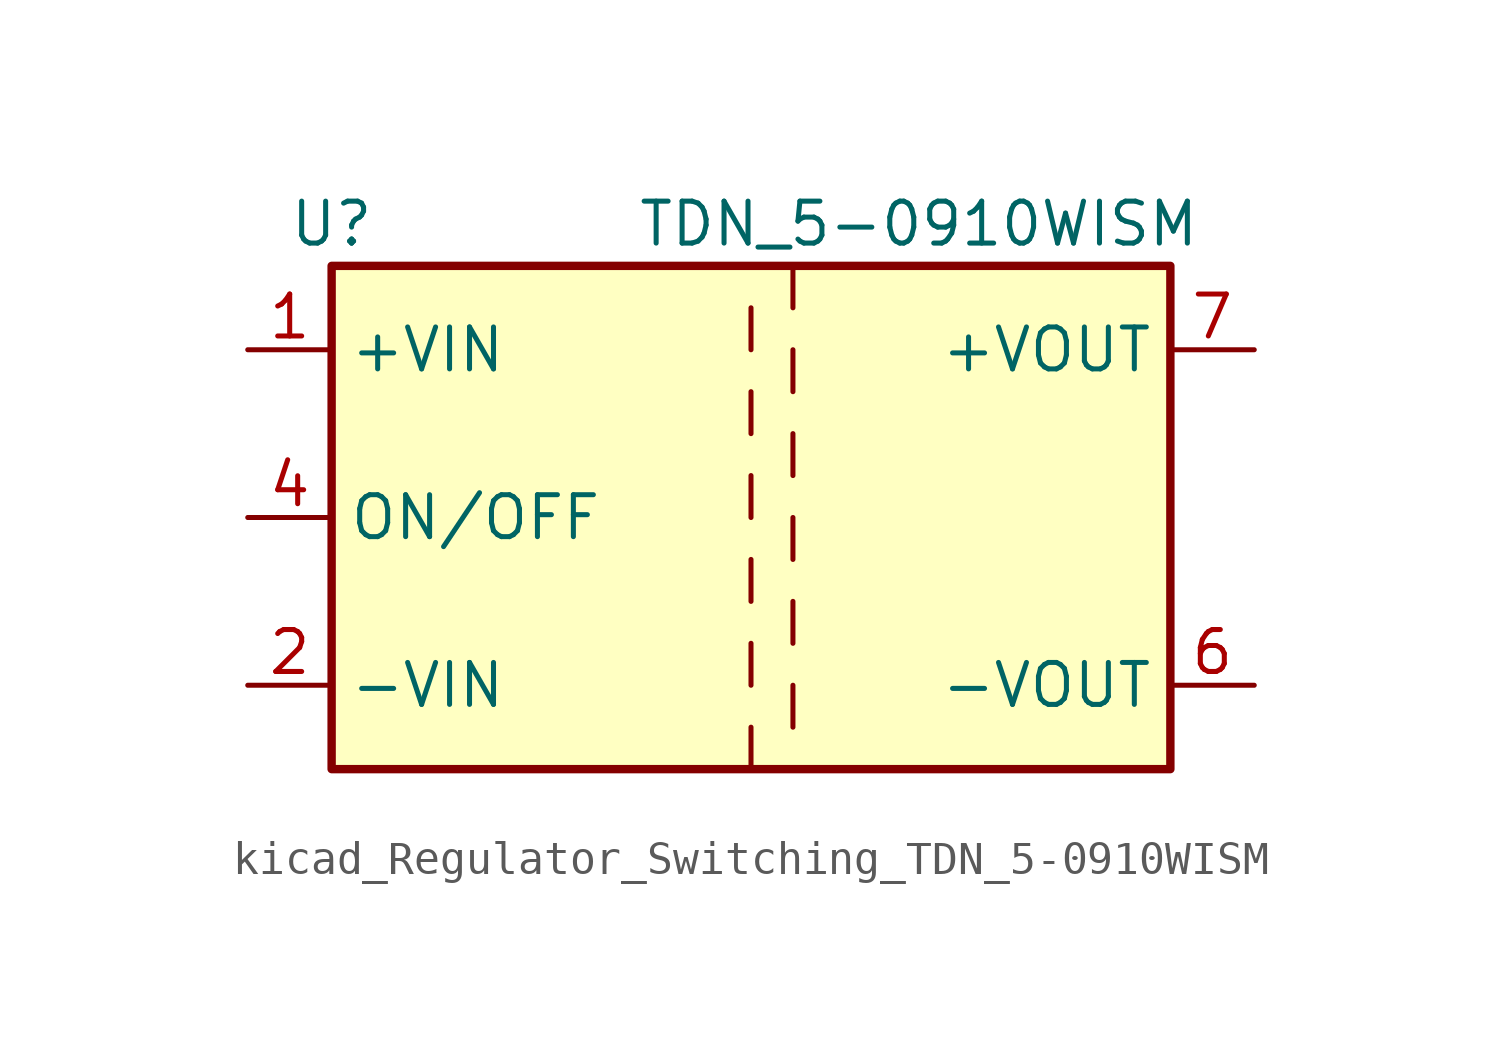
<source format=kicad_sym>
(kicad_symbol_lib
  (version 20220914)
  (generator kicad_symbol_editor)
  (symbol "kicad_Regulator_Switching_TDN_5-0910WISM"
    (property "Reference" "U"
      (at -12.7 8.89 0)
      (effects (font (size 1.27 1.27))))
    (property "Value" "TDN_5-0910WISM"
      (at 5.08 8.89 0)
      (effects (font (size 1.27 1.27))))
    (symbol "kicad_Regulator_Switching_TDN_5-0910WISM_0_1"
      (rectangle (start -12.7 7.62) (end 12.7 -7.62) (stroke (width 0.254) (type default)) (fill (type background))))
    (symbol "kicad_Regulator_Switching_TDN_5-0910WISM_1_1"
      (polyline (pts (xy 0 -6.35) (xy 0 -7.62)) (stroke (width 0) (type default)) (fill (type none)))
      (polyline (pts (xy 0 -3.81) (xy 0 -5.08)) (stroke (width 0) (type default)) (fill (type none)))
      (polyline (pts (xy 0 -1.27) (xy 0 -2.54)) (stroke (width 0) (type default)) (fill (type none)))
      (polyline (pts (xy 0 1.27) (xy 0 0)) (stroke (width 0) (type default)) (fill (type none)))
      (polyline (pts (xy 0 3.81) (xy 0 2.54)) (stroke (width 0) (type default)) (fill (type none)))
      (polyline (pts (xy 0 6.35) (xy 0 5.08)) (stroke (width 0) (type default)) (fill (type none)))
      (polyline (pts (xy 1.27 -5.08) (xy 1.27 -6.35)) (stroke (width 0) (type default)) (fill (type none)))
      (polyline (pts (xy 1.27 -2.54) (xy 1.27 -3.81)) (stroke (width 0) (type default)) (fill (type none)))
      (polyline (pts (xy 1.27 0) (xy 1.27 -1.27)) (stroke (width 0) (type default)) (fill (type none)))
      (polyline (pts (xy 1.27 2.54) (xy 1.27 1.27)) (stroke (width 0) (type default)) (fill (type none)))
      (polyline (pts (xy 1.27 5.08) (xy 1.27 3.81)) (stroke (width 0) (type default)) (fill (type none)))
      (polyline (pts (xy 1.27 7.62) (xy 1.27 6.35)) (stroke (width 0) (type default)) (fill (type none)))
      (pin power_in line (at -15.24 5.08 0) (length 2.54) (name "+VIN" (effects (font (size 1.27 1.27)))) (number "1" (effects (font (size 1.27 1.27)))))
      (pin power_in line (at -15.24 -5.08 0) (length 2.54) (name "-VIN" (effects (font (size 1.27 1.27)))) (number "2" (effects (font (size 1.27 1.27)))))
      (pin input line (at -15.24 0 0) (length 2.54) (name "ON/OFF" (effects (font (size 1.27 1.27)))) (number "4" (effects (font (size 1.27 1.27)))))
      (pin no_connect line (at 12.7 2.54 180) (length 2.54) hide (name "NC" (effects (font (size 1.27 1.27)))) (number "5" (effects (font (size 1.27 1.27)))))
      (pin power_out line (at 15.24 -5.08 180) (length 2.54) (name "-VOUT" (effects (font (size 1.27 1.27)))) (number "6" (effects (font (size 1.27 1.27)))))
      (pin power_out line (at 15.24 5.08 180) (length 2.54) (name "+VOUT" (effects (font (size 1.27 1.27)))) (number "7" (effects (font (size 1.27 1.27))))))))
</source>
